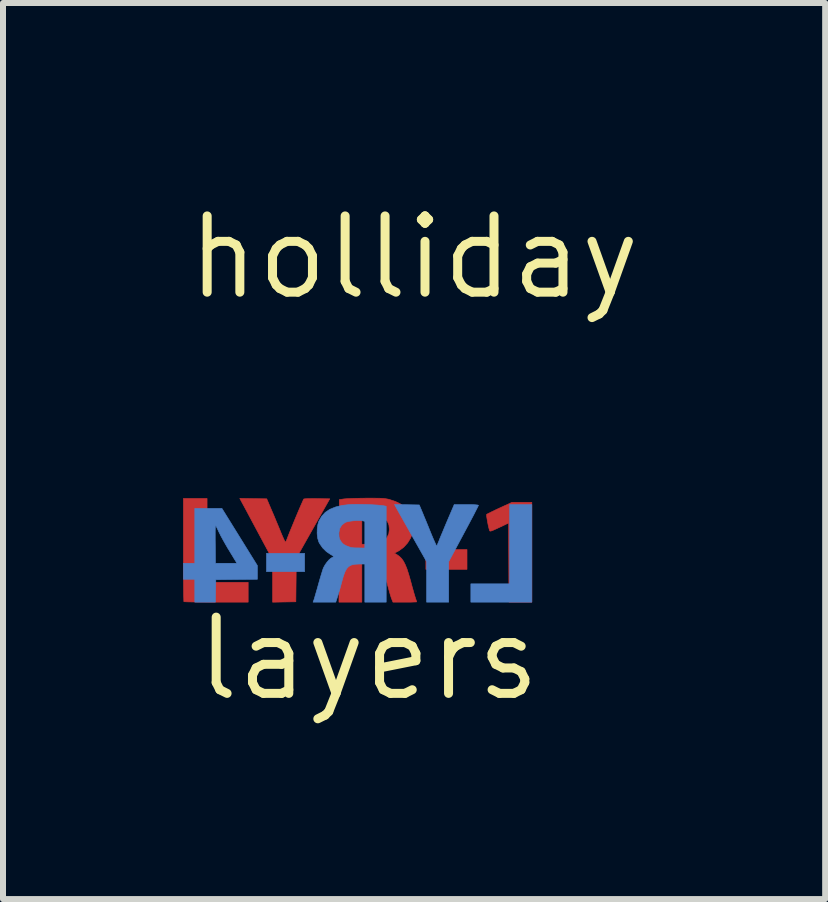
<source format=kicad_pcb>
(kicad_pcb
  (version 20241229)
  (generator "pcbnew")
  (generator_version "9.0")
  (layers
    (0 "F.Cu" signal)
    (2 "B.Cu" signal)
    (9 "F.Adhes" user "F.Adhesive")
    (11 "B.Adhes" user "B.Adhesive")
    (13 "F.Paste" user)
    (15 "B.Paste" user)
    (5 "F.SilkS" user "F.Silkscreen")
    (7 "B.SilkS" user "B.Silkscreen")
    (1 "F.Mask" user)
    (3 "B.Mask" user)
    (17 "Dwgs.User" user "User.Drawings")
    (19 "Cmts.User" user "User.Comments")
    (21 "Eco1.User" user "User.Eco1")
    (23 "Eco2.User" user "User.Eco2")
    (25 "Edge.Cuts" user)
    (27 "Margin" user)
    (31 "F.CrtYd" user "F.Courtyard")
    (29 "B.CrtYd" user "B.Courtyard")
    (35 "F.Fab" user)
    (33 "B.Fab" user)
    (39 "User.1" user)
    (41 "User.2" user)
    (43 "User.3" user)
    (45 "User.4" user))
  (footprint "layers"
    (layer "F.Cu")
    (at 3.091 7.92)
    (property "Reference" "layers" (at 0 0 0) (layer "F.SilkS") (effects (font (size 1.27 1.27) (thickness 0.15))))
    (attr through_hole)
    (fp_poly (pts (xy 1.638 -1.486) (xy 0.953 -1.486) (xy 0.953 -1.816) (xy 1.638 -1.816) (xy 1.638 -1.486)) (stroke (width 0.01) (type solid)) (fill yes) (layer "F.Cu"))
    (fp_poly (pts (xy -2.692 -1.27) (xy -2.007 -1.27) (xy -2.007 -0.94) (xy -2.538 -0.94) (xy -2.652 -0.94) (xy -2.757 -0.941) (xy -2.853 -0.941) (xy -2.935 -0.943) (xy -3 -0.944) (xy -3.048 -0.946) (xy -3.074 -0.947) (xy -3.078 -0.948) (xy -3.079 -0.962) (xy -3.08 -0.999) (xy -3.082 -1.058) (xy -3.083 -1.135) (xy -3.084 -1.229) (xy -3.085 -1.339) (xy -3.085 -1.461) (xy -3.086 -1.594) (xy -3.086 -1.735) (xy -3.086 -1.812) (xy -3.086 -2.667) (xy -2.692 -2.667) (xy -2.692 -1.27)) (stroke (width 0.01) (type solid)) (fill yes) (layer "F.Cu"))
    (fp_poly (pts (xy 2.718 -0.94) (xy 2.337 -0.94) (xy 2.334 -1.599) (xy 2.33 -2.258) (xy 2.175 -2.184) (xy 2.112 -2.155) (xy 2.068 -2.135) (xy 2.039 -2.125) (xy 2.023 -2.123) (xy 2.015 -2.129) (xy 2.014 -2.132) (xy 2.002 -2.175) (xy 1.99 -2.226) (xy 1.98 -2.28) (xy 1.971 -2.331) (xy 1.965 -2.372) (xy 1.964 -2.397) (xy 1.965 -2.402) (xy 1.979 -2.41) (xy 2.013 -2.427) (xy 2.061 -2.451) (xy 2.121 -2.48) (xy 2.181 -2.508) (xy 2.388 -2.603) (xy 2.718 -2.603) (xy 2.718 -0.94)) (stroke (width 0.01) (type solid)) (fill yes) (layer "F.Cu"))
    (fp_poly (pts (xy -1.923 -2.664) (xy -1.698 -2.661) (xy -1.614 -2.464) (xy -1.578 -2.381) (xy -1.54 -2.289) (xy -1.502 -2.198) (xy -1.469 -2.118) (xy -1.461 -2.098) (xy -1.436 -2.039) (xy -1.414 -1.99) (xy -1.397 -1.956) (xy -1.386 -1.94) (xy -1.384 -1.939) (xy -1.375 -1.956) (xy -1.361 -1.989) (xy -1.348 -2.023) (xy -1.333 -2.062) (xy -1.312 -2.115) (xy -1.285 -2.18) (xy -1.255 -2.253) (xy -1.224 -2.329) (xy -1.192 -2.405) (xy -1.161 -2.478) (xy -1.133 -2.543) (xy -1.109 -2.597) (xy -1.092 -2.636) (xy -1.082 -2.656) (xy -1.081 -2.658) (xy -1.065 -2.661) (xy -1.029 -2.663) (xy -0.976 -2.664) (xy -0.911 -2.665) (xy -0.86 -2.664) (xy -0.648 -2.661) (xy -1.206 -1.673) (xy -1.209 -1.309) (xy -1.213 -0.946) (xy -1.407 -0.943) (xy -1.6 -0.939) (xy -1.6 -1.648) (xy -1.824 -2.066) (xy -1.877 -2.165) (xy -1.928 -2.26) (xy -1.976 -2.35) (xy -2.018 -2.429) (xy -2.054 -2.496) (xy -2.081 -2.546) (xy -2.097 -2.575) (xy -2.147 -2.668) (xy -1.923 -2.664)) (stroke (width 0.01) (type solid)) (fill yes) (layer "F.Cu"))
    (fp_poly (pts (xy 0.141 -2.671) (xy 0.202 -2.67) (xy 0.25 -2.667) (xy 0.288 -2.662) (xy 0.321 -2.656) (xy 0.343 -2.651) (xy 0.445 -2.617) (xy 0.526 -2.578) (xy 0.592 -2.53) (xy 0.615 -2.507) (xy 0.668 -2.44) (xy 0.704 -2.367) (xy 0.723 -2.281) (xy 0.729 -2.191) (xy 0.729 -2.131) (xy 0.725 -2.087) (xy 0.715 -2.05) (xy 0.699 -2.011) (xy 0.696 -2.004) (xy 0.649 -1.927) (xy 0.585 -1.856) (xy 0.512 -1.801) (xy 0.488 -1.787) (xy 0.428 -1.757) (xy 0.474 -1.729) (xy 0.515 -1.699) (xy 0.55 -1.664) (xy 0.581 -1.62) (xy 0.61 -1.563) (xy 0.639 -1.491) (xy 0.668 -1.4) (xy 0.7 -1.288) (xy 0.703 -1.276) (xy 0.723 -1.201) (xy 0.743 -1.131) (xy 0.76 -1.071) (xy 0.774 -1.025) (xy 0.78 -1.005) (xy 0.792 -0.971) (xy 0.799 -0.949) (xy 0.8 -0.945) (xy 0.788 -0.943) (xy 0.755 -0.942) (xy 0.705 -0.94) (xy 0.643 -0.94) (xy 0.603 -0.94) (xy 0.405 -0.94) (xy 0.386 -0.986) (xy 0.375 -1.016) (xy 0.36 -1.063) (xy 0.343 -1.123) (xy 0.325 -1.189) (xy 0.322 -1.199) (xy 0.297 -1.292) (xy 0.277 -1.364) (xy 0.261 -1.418) (xy 0.247 -1.459) (xy 0.235 -1.489) (xy 0.222 -1.512) (xy 0.209 -1.532) (xy 0.208 -1.534) (xy 0.175 -1.569) (xy 0.137 -1.593) (xy 0.087 -1.609) (xy 0.019 -1.619) (xy -0.005 -1.621) (xy -0.114 -1.629) (xy -0.114 -0.94) (xy -0.495 -0.94) (xy -0.492 -1.794) (xy -0.49 -2.374) (xy -0.114 -2.374) (xy -0.114 -1.905) (xy 0.004 -1.905) (xy 0.079 -1.908) (xy 0.142 -1.915) (xy 0.179 -1.924) (xy 0.251 -1.96) (xy 0.303 -2.012) (xy 0.335 -2.078) (xy 0.345 -2.151) (xy 0.337 -2.226) (xy 0.312 -2.285) (xy 0.268 -2.331) (xy 0.225 -2.358) (xy 0.192 -2.369) (xy 0.142 -2.378) (xy 0.082 -2.384) (xy 0.021 -2.388) (xy -0.035 -2.388) (xy -0.077 -2.384) (xy -0.082 -2.383) (xy -0.114 -2.374) (xy -0.49 -2.374) (xy -0.489 -2.648) (xy -0.413 -2.659) (xy -0.378 -2.662) (xy -0.322 -2.665) (xy -0.251 -2.668) (xy -0.169 -2.67) (xy -0.08 -2.671) (xy -0.038 -2.672) (xy 0.062 -2.672) (xy 0.141 -2.671)) (stroke (width 0.01) (type solid)) (fill yes) (layer "F.Cu"))
    (fp_poly (pts (xy -1.067 -1.448) (xy -1.702 -1.448) (xy -1.702 -1.753) (xy -1.067 -1.753) (xy -1.067 -1.448)) (stroke (width 0.01) (type solid)) (fill yes) (layer "B.Cu"))
    (fp_poly (pts (xy 2.718 -0.94) (xy 1.702 -0.94) (xy 1.702 -1.245) (xy 2.349 -1.245) (xy 2.349 -2.565) (xy 2.718 -2.565) (xy 2.718 -0.94)) (stroke (width 0.01) (type solid)) (fill yes) (layer "B.Cu"))
    (fp_poly (pts (xy -2.445 -2.502) (xy -2.149 -2.025) (xy -1.854 -1.549) (xy -1.854 -1.321) (xy -2.2 -1.318) (xy -2.546 -1.314) (xy -2.553 -0.94) (xy -2.896 -0.94) (xy -2.896 -1.321) (xy -3.086 -1.321) (xy -3.086 -1.587) (xy -2.896 -1.587) (xy -2.896 -2.056) (xy -2.556 -2.056) (xy -2.556 -1.976) (xy -2.555 -1.905) (xy -2.552 -1.587) (xy -2.195 -1.587) (xy -2.219 -1.629) (xy -2.235 -1.654) (xy -2.26 -1.696) (xy -2.293 -1.75) (xy -2.329 -1.81) (xy -2.345 -1.835) (xy -2.385 -1.904) (xy -2.426 -1.977) (xy -2.463 -2.045) (xy -2.491 -2.102) (xy -2.496 -2.111) (xy -2.518 -2.159) (xy -2.537 -2.196) (xy -2.549 -2.218) (xy -2.553 -2.222) (xy -2.554 -2.21) (xy -2.555 -2.176) (xy -2.556 -2.124) (xy -2.556 -2.056) (xy -2.896 -2.056) (xy -2.896 -2.502) (xy -2.445 -2.502)) (stroke (width 0.01) (type solid)) (fill yes) (layer "B.Cu"))
    (fp_poly (pts (xy 0.637 -2.563) (xy 0.843 -2.559) (xy 0.899 -2.426) (xy 0.923 -2.367) (xy 0.954 -2.293) (xy 0.988 -2.21) (xy 1.022 -2.126) (xy 1.041 -2.079) (xy 1.069 -2.012) (xy 1.094 -1.955) (xy 1.114 -1.911) (xy 1.128 -1.883) (xy 1.135 -1.876) (xy 1.143 -1.893) (xy 1.156 -1.926) (xy 1.169 -1.956) (xy 1.181 -1.988) (xy 1.202 -2.039) (xy 1.23 -2.105) (xy 1.261 -2.18) (xy 1.295 -2.261) (xy 1.31 -2.296) (xy 1.425 -2.565) (xy 1.627 -2.565) (xy 1.712 -2.565) (xy 1.774 -2.562) (xy 1.814 -2.558) (xy 1.829 -2.553) (xy 1.829 -2.552) (xy 1.823 -2.539) (xy 1.806 -2.505) (xy 1.78 -2.454) (xy 1.746 -2.387) (xy 1.704 -2.308) (xy 1.657 -2.219) (xy 1.605 -2.122) (xy 1.581 -2.077) (xy 1.333 -1.614) (xy 1.333 -0.94) (xy 0.965 -0.94) (xy 0.965 -1.615) (xy 0.713 -2.061) (xy 0.658 -2.16) (xy 0.606 -2.252) (xy 0.559 -2.336) (xy 0.518 -2.408) (xy 0.485 -2.467) (xy 0.461 -2.51) (xy 0.448 -2.534) (xy 0.446 -2.537) (xy 0.431 -2.566) (xy 0.637 -2.563)) (stroke (width 0.01) (type solid)) (fill yes) (layer "B.Cu"))
    (fp_poly (pts (xy -0.115 -2.568) (xy -0.025 -2.566) (xy 0.063 -2.562) (xy 0.142 -2.557) (xy 0.207 -2.551) (xy 0.247 -2.546) (xy 0.292 -2.537) (xy 0.292 -0.94) (xy -0.064 -0.94) (xy -0.064 -1.575) (xy -0.16 -1.575) (xy -0.23 -1.571) (xy -0.286 -1.559) (xy -0.331 -1.535) (xy -0.367 -1.497) (xy -0.397 -1.441) (xy -0.424 -1.365) (xy -0.445 -1.289) (xy -0.464 -1.218) (xy -0.484 -1.144) (xy -0.504 -1.078) (xy -0.516 -1.038) (xy -0.548 -0.94) (xy -0.926 -0.94) (xy -0.913 -0.975) (xy -0.905 -0.998) (xy -0.893 -1.041) (xy -0.876 -1.099) (xy -0.856 -1.168) (xy -0.837 -1.237) (xy -0.815 -1.314) (xy -0.794 -1.385) (xy -0.775 -1.447) (xy -0.76 -1.494) (xy -0.75 -1.518) (xy -0.726 -1.561) (xy -0.694 -1.606) (xy -0.659 -1.646) (xy -0.626 -1.674) (xy -0.609 -1.683) (xy -0.589 -1.692) (xy -0.589 -1.704) (xy -0.609 -1.72) (xy -0.641 -1.739) (xy -0.705 -1.783) (xy -0.766 -1.843) (xy -0.814 -1.912) (xy -0.83 -1.941) (xy -0.849 -2.003) (xy -0.858 -2.076) (xy -0.495 -2.076) (xy -0.493 -2.027) (xy -0.485 -1.992) (xy -0.467 -1.96) (xy -0.458 -1.946) (xy -0.435 -1.918) (xy -0.408 -1.897) (xy -0.371 -1.878) (xy -0.318 -1.858) (xy -0.292 -1.85) (xy -0.271 -1.847) (xy -0.232 -1.844) (xy -0.182 -1.843) (xy -0.168 -1.843) (xy -0.064 -1.841) (xy -0.064 -2.286) (xy -0.096 -2.294) (xy -0.139 -2.299) (xy -0.197 -2.3) (xy -0.259 -2.295) (xy -0.319 -2.287) (xy -0.369 -2.276) (xy -0.394 -2.266) (xy -0.448 -2.223) (xy -0.481 -2.17) (xy -0.495 -2.101) (xy -0.495 -2.076) (xy -0.858 -2.076) (xy -0.858 -2.078) (xy -0.857 -2.159) (xy -0.846 -2.234) (xy -0.829 -2.29) (xy -0.782 -2.371) (xy -0.722 -2.436) (xy -0.646 -2.487) (xy -0.552 -2.525) (xy -0.439 -2.552) (xy -0.334 -2.564) (xy -0.276 -2.568) (xy -0.2 -2.569) (xy -0.115 -2.568)) (stroke (width 0.01) (type solid)) (fill yes) (layer "B.Cu")))
  (footprint "holliday"
    (layer "F.Cu")
    (at 3.848 1.237)
    (property "Reference" "holliday" (at 0 0 0) (layer "F.SilkS") (effects (font (size 1.27 1.27) (thickness 0.15))))
    (attr through_hole)
    (fp_poly (pts (xy -0.305 -0.749) (xy -0.419 -0.749) (xy -0.419 -1.232) (xy -0.305 -1.232) (xy -0.305 -0.749)) (stroke (width 0.01) (type solid)) (fill yes) (layer "F.Mask"))
    (fp_poly (pts (xy -1.041 -0.838) (xy -0.851 -0.838) (xy -0.851 -0.749) (xy -1.156 -0.749) (xy -1.156 -1.232) (xy -1.041 -1.232) (xy -1.041 -0.838)) (stroke (width 0.01) (type solid)) (fill yes) (layer "F.Mask"))
    (fp_poly (pts (xy -0.673 -0.838) (xy -0.483 -0.838) (xy -0.483 -0.749) (xy -0.787 -0.749) (xy -0.787 -1.232) (xy -0.673 -1.232) (xy -0.673 -0.838)) (stroke (width 0.01) (type solid)) (fill yes) (layer "F.Mask"))
    (fp_poly (pts (xy -2.057 -1.04) (xy -1.873 -1.048) (xy -1.866 -1.232) (xy -1.765 -1.232) (xy -1.765 -0.749) (xy -1.866 -0.749) (xy -1.873 -0.946) (xy -2.051 -0.946) (xy -2.055 -0.848) (xy -2.058 -0.749) (xy -2.159 -0.749) (xy -2.159 -1.232) (xy -2.057 -1.232) (xy -2.057 -1.04)) (stroke (width 0.01) (type solid)) (fill yes) (layer "F.Mask"))
    (fp_poly (pts (xy 0.996 -1.232) (xy 1.031 -1.231) (xy 1.051 -1.229) (xy 1.054 -1.227) (xy 1.048 -1.215) (xy 1.032 -1.185) (xy 1.008 -1.142) (xy 0.979 -1.09) (xy 0.978 -1.088) (xy 0.946 -1.031) (xy 0.924 -0.99) (xy 0.911 -0.957) (xy 0.905 -0.928) (xy 0.902 -0.894) (xy 0.902 -0.851) (xy 0.902 -0.749) (xy 0.787 -0.749) (xy 0.787 -0.855) (xy 0.786 -0.905) (xy 0.783 -0.945) (xy 0.778 -0.969) (xy 0.777 -0.972) (xy 0.767 -0.988) (xy 0.748 -1.021) (xy 0.723 -1.066) (xy 0.7 -1.108) (xy 0.634 -1.232) (xy 0.759 -1.232) (xy 0.849 -1.022) (xy 0.87 -1.073) (xy 0.897 -1.137) (xy 0.916 -1.181) (xy 0.931 -1.208) (xy 0.944 -1.224) (xy 0.959 -1.23) (xy 0.978 -1.232) (xy 0.996 -1.232)) (stroke (width 0.01) (type solid)) (fill yes) (layer "F.Mask"))
    (fp_poly (pts (xy -1.408 -1.229) (xy -1.36 -1.219) (xy -1.347 -1.213) (xy -1.293 -1.172) (xy -1.255 -1.115) (xy -1.232 -1.049) (xy -1.226 -0.977) (xy -1.238 -0.906) (xy -1.269 -0.841) (xy -1.29 -0.813) (xy -1.348 -0.767) (xy -1.416 -0.742) (xy -1.488 -0.741) (xy -1.556 -0.76) (xy -1.608 -0.791) (xy -1.645 -0.831) (xy -1.67 -0.88) (xy -1.688 -0.953) (xy -1.687 -0.977) (xy -1.573 -0.977) (xy -1.565 -0.922) (xy -1.542 -0.874) (xy -1.528 -0.859) (xy -1.486 -0.831) (xy -1.441 -0.828) (xy -1.395 -0.85) (xy -1.389 -0.856) (xy -1.369 -0.876) (xy -1.357 -0.901) (xy -1.351 -0.937) (xy -1.349 -0.968) (xy -1.351 -1.04) (xy -1.369 -1.095) (xy -1.399 -1.131) (xy -1.441 -1.147) (xy -1.485 -1.144) (xy -1.524 -1.122) (xy -1.552 -1.083) (xy -1.569 -1.033) (xy -1.573 -0.977) (xy -1.687 -0.977) (xy -1.686 -1.028) (xy -1.664 -1.099) (xy -1.626 -1.16) (xy -1.572 -1.207) (xy -1.56 -1.214) (xy -1.518 -1.226) (xy -1.464 -1.231) (xy -1.408 -1.229)) (stroke (width 0.01) (type solid)) (fill yes) (layer "F.Mask"))
    (fp_poly (pts (xy -0.068 -1.231) (xy -0.014 -1.228) (xy 0.032 -1.223) (xy 0.054 -1.219) (xy 0.116 -1.19) (xy 0.163 -1.145) (xy 0.195 -1.088) (xy 0.211 -1.024) (xy 0.212 -0.958) (xy 0.196 -0.894) (xy 0.164 -0.837) (xy 0.116 -0.792) (xy 0.083 -0.774) (xy 0.04 -0.76) (xy -0.019 -0.75) (xy -0.082 -0.743) (xy -0.141 -0.741) (xy -0.186 -0.745) (xy -0.187 -0.745) (xy -0.197 -0.748) (xy -0.205 -0.754) (xy -0.21 -0.766) (xy -0.213 -0.789) (xy -0.215 -0.825) (xy -0.216 -0.878) (xy -0.216 -0.952) (xy -0.216 -0.984) (xy -0.216 -1.067) (xy -0.215 -1.129) (xy -0.214 -1.143) (xy -0.102 -1.143) (xy -0.102 -0.822) (xy -0.044 -0.829) (xy 0.01 -0.843) (xy 0.045 -0.865) (xy 0.081 -0.914) (xy 0.097 -0.975) (xy 0.091 -1.038) (xy 0.091 -1.041) (xy 0.063 -1.095) (xy 0.021 -1.129) (xy -0.036 -1.143) (xy -0.046 -1.143) (xy -0.102 -1.143) (xy -0.214 -1.143) (xy -0.213 -1.172) (xy -0.209 -1.2) (xy -0.205 -1.216) (xy -0.198 -1.223) (xy -0.196 -1.224) (xy -0.167 -1.229) (xy -0.122 -1.232) (xy -0.068 -1.231)) (stroke (width 0.01) (type solid)) (fill yes) (layer "F.Mask"))
    (fp_poly (pts (xy 0.463 -1.232) (xy 0.502 -1.231) (xy 0.527 -1.229) (xy 0.533 -1.226) (xy 0.537 -1.213) (xy 0.547 -1.18) (xy 0.562 -1.13) (xy 0.581 -1.067) (xy 0.603 -0.996) (xy 0.625 -0.925) (xy 0.645 -0.861) (xy 0.66 -0.81) (xy 0.67 -0.775) (xy 0.673 -0.76) (xy 0.662 -0.754) (xy 0.633 -0.75) (xy 0.618 -0.749) (xy 0.584 -0.751) (xy 0.565 -0.759) (xy 0.554 -0.78) (xy 0.546 -0.806) (xy 0.53 -0.864) (xy 0.384 -0.864) (xy 0.37 -0.806) (xy 0.355 -0.749) (xy 0.297 -0.749) (xy 0.259 -0.752) (xy 0.244 -0.759) (xy 0.245 -0.765) (xy 0.25 -0.782) (xy 0.262 -0.819) (xy 0.278 -0.871) (xy 0.297 -0.934) (xy 0.305 -0.962) (xy 0.407 -0.962) (xy 0.418 -0.956) (xy 0.446 -0.953) (xy 0.457 -0.953) (xy 0.489 -0.953) (xy 0.507 -0.956) (xy 0.508 -0.957) (xy 0.505 -0.971) (xy 0.496 -1.001) (xy 0.485 -1.039) (xy 0.474 -1.077) (xy 0.465 -1.107) (xy 0.462 -1.118) (xy 0.456 -1.114) (xy 0.445 -1.093) (xy 0.433 -1.06) (xy 0.421 -1.023) (xy 0.411 -0.989) (xy 0.407 -0.963) (xy 0.407 -0.962) (xy 0.305 -0.962) (xy 0.31 -0.978) (xy 0.335 -1.063) (xy 0.355 -1.126) (xy 0.37 -1.171) (xy 0.383 -1.202) (xy 0.395 -1.22) (xy 0.409 -1.229) (xy 0.426 -1.232) (xy 0.448 -1.232) (xy 0.463 -1.232)) (stroke (width 0.01) (type solid)) (fill yes) (layer "F.Mask")))
  (gr_rect
    (start -3 -3)
    (end 10.695 11.926)
    (stroke (width 0.1) (type default))
    (fill no)
    (layer "Edge.Cuts")))
</source>
